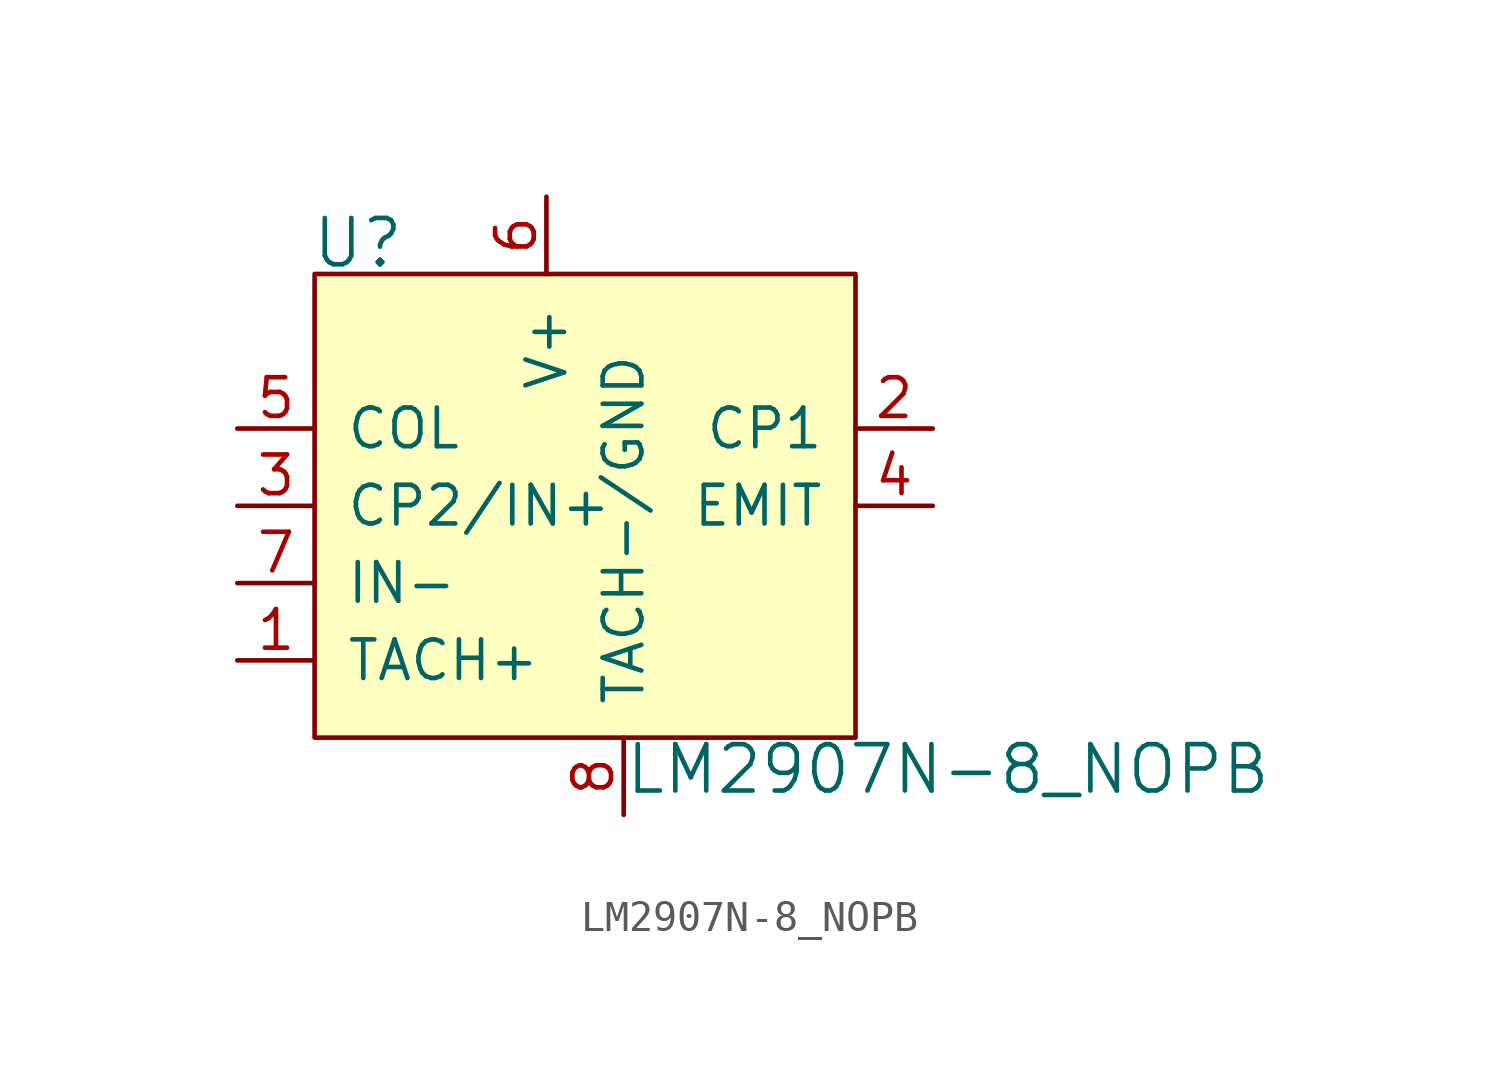
<source format=kicad_sym>
(kicad_symbol_lib
  (version 20211014)
  (generator kicad_symbol_editor)
  (symbol "LM2907N-8_NOPB"
    (pin_names
      (offset 1.016))
    (property "Reference" "U"
      (at -10.287 1.016 0)
      (effects (font (size 1.524 1.524)) (justify left)))
    (property "Value" "LM2907N-8_NOPB"
      (at 0 -16.281 0)
      (effects (font (size 1.524 1.524)) (justify left)))
    (symbol "LM2907N-8_NOPB_0_1"
      (rectangle (start 7.62 0) (end -10.16 -15.24) (stroke (width 0) (type default) (color 0 0 0 0)) (fill (type background))))
    (symbol "LM2907N-8_NOPB_1_1"
      (pin input line (at -12.7 -12.7 0) (length 2.54) (name "TACH+" (effects (font (size 1.27 1.27)))) (number "1" (effects (font (size 1.27 1.27)))))
      (pin output line (at 10.16 -5.08 180) (length 2.54) (name "CP1" (effects (font (size 1.27 1.27)))) (number "2" (effects (font (size 1.27 1.27)))))
      (pin bidirectional line (at -12.7 -7.62 0) (length 2.54) (name "CP2/IN+" (effects (font (size 1.27 1.27)))) (number "3" (effects (font (size 1.27 1.27)))))
      (pin output line (at 10.16 -7.62 180) (length 2.54) (name "EMIT" (effects (font (size 1.27 1.27)))) (number "4" (effects (font (size 1.27 1.27)))))
      (pin input line (at -12.7 -5.08 0) (length 2.54) (name "COL" (effects (font (size 1.27 1.27)))) (number "5" (effects (font (size 1.27 1.27)))))
      (pin power_in line (at -2.54 2.54 270) (length 2.54) (name "V+" (effects (font (size 1.27 1.27)))) (number "6" (effects (font (size 1.27 1.27)))))
      (pin input line (at -12.7 -10.16 0) (length 2.54) (name "IN-" (effects (font (size 1.27 1.27)))) (number "7" (effects (font (size 1.27 1.27)))))
      (pin input line (at 0 -17.78 90) (length 2.54) (name "TACH-/GND" (effects (font (size 1.27 1.27)))) (number "8" (effects (font (size 1.27 1.27))))))))
</source>
